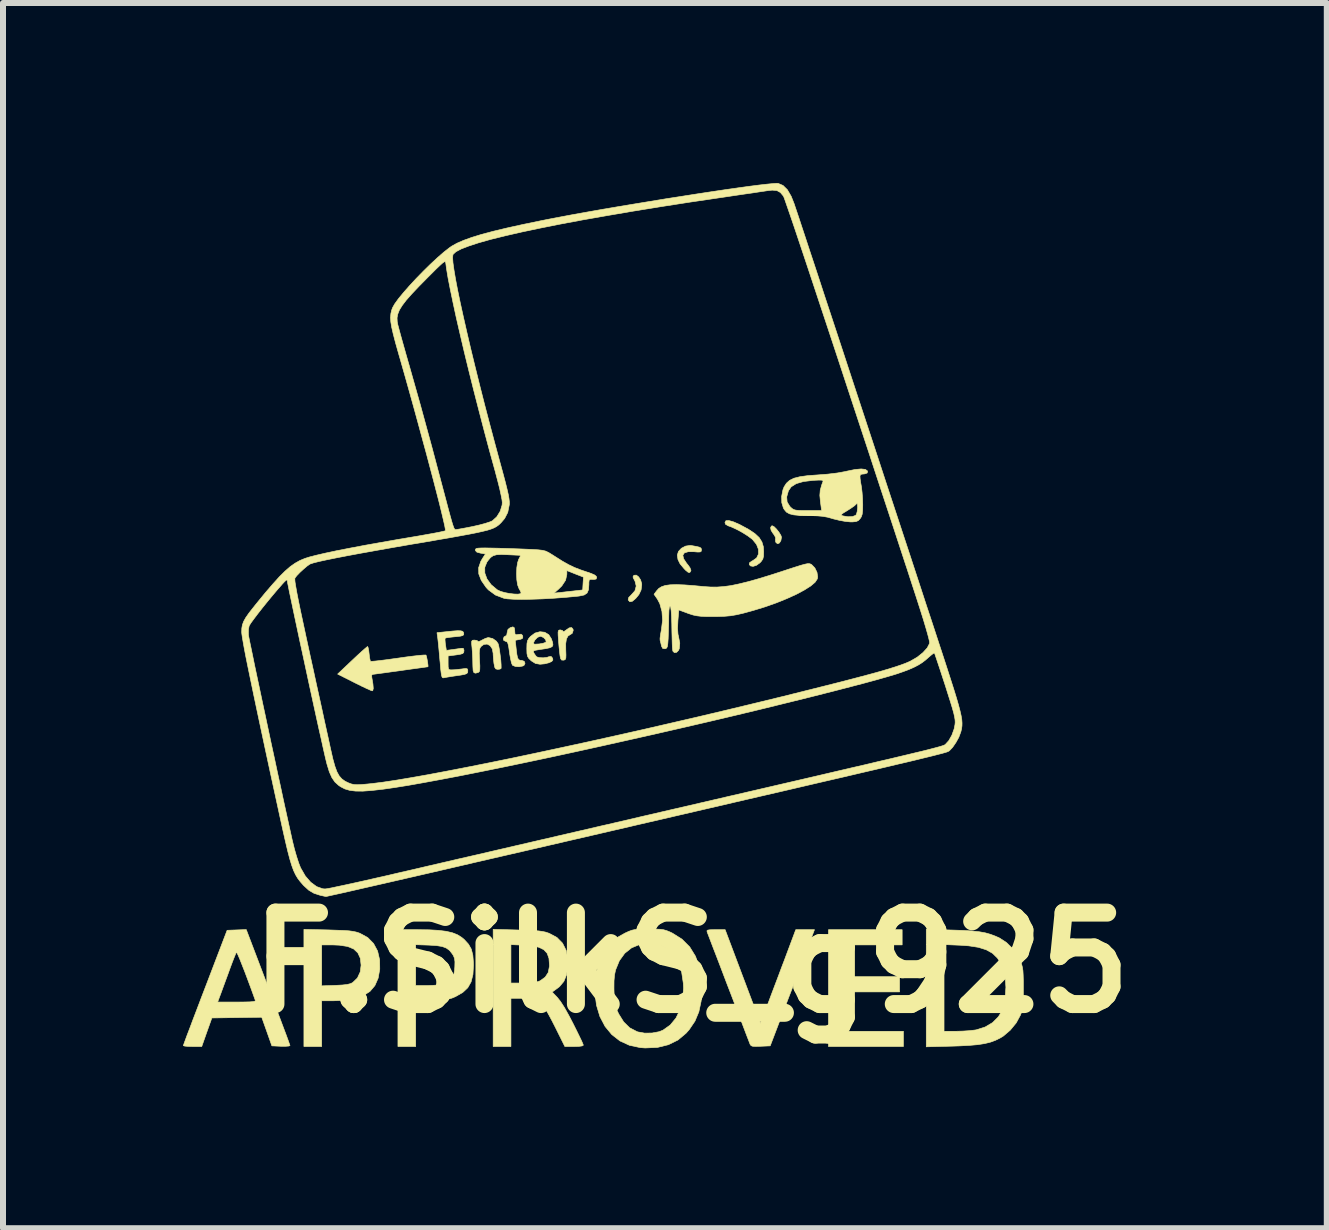
<source format=kicad_pcb>
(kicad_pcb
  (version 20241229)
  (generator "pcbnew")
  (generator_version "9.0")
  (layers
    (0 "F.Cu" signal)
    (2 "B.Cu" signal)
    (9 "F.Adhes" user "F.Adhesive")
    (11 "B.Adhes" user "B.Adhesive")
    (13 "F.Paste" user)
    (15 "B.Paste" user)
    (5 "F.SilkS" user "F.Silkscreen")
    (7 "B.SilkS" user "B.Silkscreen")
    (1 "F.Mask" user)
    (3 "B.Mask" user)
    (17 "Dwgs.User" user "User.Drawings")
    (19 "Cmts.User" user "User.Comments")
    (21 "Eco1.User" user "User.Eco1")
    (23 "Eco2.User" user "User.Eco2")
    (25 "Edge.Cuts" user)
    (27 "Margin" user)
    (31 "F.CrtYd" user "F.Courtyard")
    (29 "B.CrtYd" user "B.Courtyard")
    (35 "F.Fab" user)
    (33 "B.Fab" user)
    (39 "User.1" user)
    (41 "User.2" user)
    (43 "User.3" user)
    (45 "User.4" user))
  (footprint "F.SilkS_g925"
    (layer "F.Cu")
    (at 8.471 12.994)
    (property "Reference" "F.SilkS_g925" (at 0 0 0) (layer "F.SilkS") (effects (font (size 1.524 1.524) (thickness 0.3))))
    (attr through_hole)
    (fp_poly (pts (xy 3.514 -0.296) (xy 2.582 -0.296) (xy 2.582 0.233) (xy 3.471 0.233) (xy 3.471 0.487) (xy 2.582 0.487) (xy 2.582 1.143) (xy 3.535 1.143) (xy 3.535 1.397) (xy 2.286 1.397) (xy 2.286 -0.55) (xy 3.514 -0.55) (xy 3.514 -0.296)) (stroke (width 0.01) (type solid)) (fill yes) (layer "F.SilkS"))
    (fp_poly (pts (xy 1.381 -7.265) (xy 1.421 -7.225) (xy 1.461 -7.174) (xy 1.492 -7.124) (xy 1.503 -7.092) (xy 1.493 -7.034) (xy 1.469 -6.995) (xy 1.44 -6.982) (xy 1.413 -7) (xy 1.405 -7.016) (xy 1.402 -7.055) (xy 1.406 -7.067) (xy 1.401 -7.094) (xy 1.375 -7.138) (xy 1.363 -7.153) (xy 1.33 -7.205) (xy 1.321 -7.25) (xy 1.336 -7.278) (xy 1.352 -7.281) (xy 1.381 -7.265)) (stroke (width 0.01) (type solid)) (fill yes) (layer "F.SilkS"))
    (fp_poly (pts (xy -0.878 -6.43) (xy -0.845 -6.38) (xy -0.827 -6.318) (xy -0.826 -6.295) (xy -0.837 -6.211) (xy -0.874 -6.134) (xy -0.927 -6.07) (xy -0.983 -6.023) (xy -1.024 -6.015) (xy -1.052 -6.045) (xy -1.052 -6.045) (xy -1.044 -6.085) (xy -1 -6.13) (xy -0.939 -6.199) (xy -0.918 -6.277) (xy -0.938 -6.358) (xy -0.945 -6.371) (xy -0.969 -6.417) (xy -0.969 -6.442) (xy -0.952 -6.457) (xy -0.916 -6.459) (xy -0.878 -6.43)) (stroke (width 0.01) (type solid)) (fill yes) (layer "F.SilkS"))
    (fp_poly (pts (xy 0.001 -6.952) (xy 0.085 -6.937) (xy 0.135 -6.925) (xy 0.16 -6.911) (xy 0.169 -6.893) (xy 0.169 -6.879) (xy 0.165 -6.856) (xy 0.147 -6.845) (xy 0.104 -6.844) (xy 0.048 -6.849) (xy -0.052 -6.849) (xy -0.115 -6.83) (xy -0.141 -6.791) (xy -0.128 -6.732) (xy -0.078 -6.656) (xy -0.059 -6.634) (xy -0.022 -6.582) (xy -0.006 -6.54) (xy -0.008 -6.53) (xy -0.025 -6.503) (xy -0.052 -6.506) (xy -0.093 -6.539) (xy -0.12 -6.567) (xy -0.187 -6.647) (xy -0.222 -6.718) (xy -0.233 -6.792) (xy -0.233 -6.793) (xy -0.214 -6.854) (xy -0.164 -6.907) (xy -0.095 -6.943) (xy -0.019 -6.954) (xy 0.001 -6.952)) (stroke (width 0.01) (type solid)) (fill yes) (layer "F.SilkS"))
    (fp_poly (pts (xy -1.971 -5.558) (xy -1.968 -5.537) (xy -1.985 -5.488) (xy -2.011 -5.472) (xy -2.054 -5.445) (xy -2.081 -5.396) (xy -2.093 -5.317) (xy -2.092 -5.21) (xy -2.089 -5.128) (xy -2.091 -5.079) (xy -2.1 -5.054) (xy -2.118 -5.044) (xy -2.13 -5.042) (xy -2.162 -5.044) (xy -2.179 -5.07) (xy -2.188 -5.116) (xy -2.195 -5.176) (xy -2.204 -5.262) (xy -2.212 -5.356) (xy -2.213 -5.371) (xy -2.219 -5.457) (xy -2.22 -5.508) (xy -2.214 -5.535) (xy -2.2 -5.544) (xy -2.182 -5.546) (xy -2.147 -5.536) (xy -2.138 -5.521) (xy -2.125 -5.516) (xy -2.094 -5.538) (xy -2.089 -5.542) (xy -2.035 -5.58) (xy -1.994 -5.585) (xy -1.971 -5.558)) (stroke (width 0.01) (type solid)) (fill yes) (layer "F.SilkS"))
    (fp_poly (pts (xy 0.703 -7.347) (xy 0.81 -7.3) (xy 0.813 -7.298) (xy 0.954 -7.222) (xy 1.058 -7.153) (xy 1.131 -7.085) (xy 1.177 -7.012) (xy 1.201 -6.931) (xy 1.206 -6.851) (xy 1.204 -6.776) (xy 1.192 -6.727) (xy 1.165 -6.687) (xy 1.145 -6.666) (xy 1.087 -6.623) (xy 1.03 -6.605) (xy 0.985 -6.613) (xy 0.966 -6.637) (xy 0.971 -6.666) (xy 1.013 -6.695) (xy 1.026 -6.701) (xy 1.089 -6.746) (xy 1.12 -6.811) (xy 1.119 -6.889) (xy 1.087 -6.971) (xy 1.023 -7.05) (xy 1.016 -7.057) (xy 0.946 -7.11) (xy 0.853 -7.169) (xy 0.753 -7.223) (xy 0.661 -7.265) (xy 0.614 -7.281) (xy 0.57 -7.307) (xy 0.561 -7.336) (xy 0.577 -7.366) (xy 0.625 -7.369) (xy 0.703 -7.347)) (stroke (width 0.01) (type solid)) (fill yes) (layer "F.SilkS"))
    (fp_poly (pts (xy -6.048 -0.546) (xy -5.901 -0.541) (xy -5.789 -0.537) (xy -5.704 -0.531) (xy -5.639 -0.522) (xy -5.586 -0.511) (xy -5.539 -0.496) (xy -5.521 -0.489) (xy -5.393 -0.419) (xy -5.295 -0.319) (xy -5.228 -0.194) (xy -5.194 -0.046) (xy -5.192 0.108) (xy -5.219 0.258) (xy -5.273 0.381) (xy -5.355 0.478) (xy -5.468 0.55) (xy -5.613 0.6) (xy -5.793 0.628) (xy -5.973 0.635) (xy -6.16 0.635) (xy -6.16 1.397) (xy -6.456 1.397) (xy -6.456 0.386) (xy -6.16 0.386) (xy -5.931 0.378) (xy -5.816 0.372) (xy -5.735 0.363) (xy -5.679 0.349) (xy -5.644 0.332) (xy -5.564 0.255) (xy -5.517 0.153) (xy -5.503 0.042) (xy -5.516 -0.074) (xy -5.557 -0.163) (xy -5.627 -0.229) (xy -5.73 -0.271) (xy -5.867 -0.292) (xy -5.964 -0.296) (xy -6.16 -0.296) (xy -6.16 0.386) (xy -6.456 0.386) (xy -6.456 -0.555) (xy -6.048 -0.546)) (stroke (width 0.01) (type solid)) (fill yes) (layer "F.SilkS"))
    (fp_poly (pts (xy -2.949 -5.581) (xy -2.942 -5.53) (xy -2.942 -5.519) (xy -2.938 -5.477) (xy -2.917 -5.465) (xy -2.881 -5.471) (xy -2.836 -5.475) (xy -2.814 -5.456) (xy -2.809 -5.441) (xy -2.809 -5.41) (xy -2.838 -5.392) (xy -2.866 -5.386) (xy -2.934 -5.373) (xy -2.918 -5.227) (xy -2.907 -5.137) (xy -2.895 -5.081) (xy -2.878 -5.051) (xy -2.852 -5.039) (xy -2.825 -5.038) (xy -2.785 -5.023) (xy -2.771 -4.99) (xy -2.787 -4.956) (xy -2.806 -4.945) (xy -2.869 -4.932) (xy -2.932 -4.937) (xy -2.978 -4.956) (xy -2.982 -4.961) (xy -2.996 -4.994) (xy -3.011 -5.058) (xy -3.026 -5.141) (xy -3.03 -5.173) (xy -3.043 -5.262) (xy -3.055 -5.317) (xy -3.069 -5.345) (xy -3.087 -5.355) (xy -3.093 -5.355) (xy -3.126 -5.371) (xy -3.133 -5.397) (xy -3.119 -5.432) (xy -3.101 -5.44) (xy -3.076 -5.459) (xy -3.069 -5.5) (xy -3.055 -5.555) (xy -3.018 -5.583) (xy -2.973 -5.597) (xy -2.949 -5.581)) (stroke (width 0.01) (type solid)) (fill yes) (layer "F.SilkS"))
    (fp_poly (pts (xy 0.858 0.231) (xy 1.152 1.011) (xy 1.25 0.754) (xy 1.286 0.661) (xy 1.332 0.537) (xy 1.387 0.392) (xy 1.447 0.234) (xy 1.507 0.073) (xy 1.545 -0.026) (xy 1.741 -0.55) (xy 2.053 -0.55) (xy 2.007 -0.429) (xy 1.99 -0.383) (xy 1.959 -0.302) (xy 1.917 -0.192) (xy 1.866 -0.057) (xy 1.807 0.099) (xy 1.742 0.269) (xy 1.673 0.45) (xy 1.638 0.54) (xy 1.315 1.386) (xy 1.155 1.393) (xy 1.073 1.395) (xy 1.024 1.393) (xy 0.997 1.383) (xy 0.981 1.362) (xy 0.973 1.342) (xy 0.954 1.292) (xy 0.923 1.212) (xy 0.882 1.104) (xy 0.833 0.975) (xy 0.777 0.829) (xy 0.717 0.671) (xy 0.654 0.506) (xy 0.589 0.338) (xy 0.526 0.172) (xy 0.466 0.014) (xy 0.41 -0.132) (xy 0.36 -0.261) (xy 0.319 -0.369) (xy 0.288 -0.45) (xy 0.269 -0.5) (xy 0.264 -0.513) (xy 0.261 -0.532) (xy 0.274 -0.543) (xy 0.313 -0.549) (xy 0.384 -0.55) (xy 0.407 -0.55) (xy 0.564 -0.55) (xy 0.858 0.231)) (stroke (width 0.01) (type solid)) (fill yes) (layer "F.SilkS"))
    (fp_poly (pts (xy -5.386 -5.251) (xy -5.376 -5.202) (xy -5.37 -5.152) (xy -5.362 -5.085) (xy -5.352 -5.037) (xy -5.347 -5.022) (xy -5.324 -5.022) (xy -5.265 -5.027) (xy -5.177 -5.037) (xy -5.065 -5.051) (xy -4.937 -5.069) (xy -4.885 -5.076) (xy -4.752 -5.095) (xy -4.633 -5.11) (xy -4.535 -5.121) (xy -4.464 -5.127) (xy -4.426 -5.128) (xy -4.421 -5.126) (xy -4.413 -5.102) (xy -4.403 -5.055) (xy -4.394 -5.001) (xy -4.388 -4.955) (xy -4.388 -4.932) (xy -4.389 -4.932) (xy -4.41 -4.929) (xy -4.467 -4.921) (xy -4.553 -4.909) (xy -4.663 -4.894) (xy -4.791 -4.876) (xy -4.845 -4.868) (xy -4.979 -4.85) (xy -5.099 -4.833) (xy -5.198 -4.82) (xy -5.271 -4.81) (xy -5.311 -4.805) (xy -5.316 -4.805) (xy -5.327 -4.787) (xy -5.325 -4.757) (xy -5.306 -4.645) (xy -5.3 -4.57) (xy -5.309 -4.534) (xy -5.318 -4.531) (xy -5.345 -4.54) (xy -5.403 -4.566) (xy -5.484 -4.604) (xy -5.579 -4.651) (xy -5.619 -4.671) (xy -5.894 -4.81) (xy -5.651 -5.04) (xy -5.568 -5.118) (xy -5.495 -5.185) (xy -5.438 -5.235) (xy -5.403 -5.264) (xy -5.395 -5.27) (xy -5.386 -5.251)) (stroke (width 0.01) (type solid)) (fill yes) (layer "F.SilkS"))
    (fp_poly (pts (xy -4.567 -0.55) (xy -4.372 -0.548) (xy -4.213 -0.539) (xy -4.085 -0.523) (xy -3.982 -0.499) (xy -3.898 -0.466) (xy -3.826 -0.421) (xy -3.782 -0.384) (xy -3.713 -0.308) (xy -3.667 -0.227) (xy -3.641 -0.128) (xy -3.631 -0.003) (xy -3.63 0.042) (xy -3.639 0.197) (xy -3.67 0.32) (xy -3.725 0.417) (xy -3.809 0.496) (xy -3.926 0.563) (xy -3.934 0.567) (xy -3.989 0.59) (xy -4.046 0.606) (xy -4.115 0.617) (xy -4.206 0.624) (xy -4.32 0.63) (xy -4.593 0.641) (xy -4.593 1.397) (xy -4.889 1.397) (xy -4.889 0.381) (xy -4.593 0.381) (xy -4.408 0.381) (xy -4.313 0.378) (xy -4.225 0.372) (xy -4.16 0.363) (xy -4.147 0.36) (xy -4.082 0.33) (xy -4.02 0.284) (xy -4.011 0.275) (xy -3.976 0.233) (xy -3.956 0.188) (xy -3.945 0.125) (xy -3.941 0.068) (xy -3.939 -0.015) (xy -3.946 -0.071) (xy -3.964 -0.117) (xy -3.984 -0.148) (xy -4.029 -0.205) (xy -4.083 -0.244) (xy -4.152 -0.27) (xy -4.246 -0.285) (xy -4.374 -0.293) (xy -4.376 -0.293) (xy -4.593 -0.3) (xy -4.593 0.381) (xy -4.889 0.381) (xy -4.889 -0.55) (xy -4.567 -0.55)) (stroke (width 0.01) (type solid)) (fill yes) (layer "F.SilkS"))
    (fp_poly (pts (xy -3.31 -5.402) (xy -3.248 -5.358) (xy -3.219 -5.315) (xy -3.208 -5.272) (xy -3.196 -5.205) (xy -3.185 -5.124) (xy -3.175 -5.042) (xy -3.17 -4.969) (xy -3.169 -4.918) (xy -3.172 -4.9) (xy -3.199 -4.891) (xy -3.229 -4.889) (xy -3.258 -4.896) (xy -3.276 -4.923) (xy -3.287 -4.98) (xy -3.289 -4.988) (xy -3.297 -5.064) (xy -3.302 -5.135) (xy -3.302 -5.152) (xy -3.316 -5.229) (xy -3.352 -5.283) (xy -3.402 -5.31) (xy -3.458 -5.304) (xy -3.503 -5.271) (xy -3.521 -5.245) (xy -3.531 -5.21) (xy -3.534 -5.157) (xy -3.531 -5.075) (xy -3.529 -5.04) (xy -3.524 -4.947) (xy -3.525 -4.888) (xy -3.531 -4.855) (xy -3.545 -4.84) (xy -3.549 -4.838) (xy -3.594 -4.825) (xy -3.622 -4.833) (xy -3.636 -4.868) (xy -3.64 -4.937) (xy -3.641 -4.971) (xy -3.643 -5.072) (xy -3.649 -5.18) (xy -3.654 -5.246) (xy -3.661 -5.317) (xy -3.66 -5.356) (xy -3.648 -5.373) (xy -3.623 -5.376) (xy -3.612 -5.376) (xy -3.571 -5.37) (xy -3.556 -5.355) (xy -3.54 -5.352) (xy -3.502 -5.368) (xy -3.487 -5.377) (xy -3.433 -5.404) (xy -3.388 -5.418) (xy -3.382 -5.419) (xy -3.31 -5.402)) (stroke (width 0.01) (type solid)) (fill yes) (layer "F.SilkS"))
    (fp_poly (pts (xy -2.443 -5.507) (xy -2.376 -5.467) (xy -2.332 -5.398) (xy -2.331 -5.395) (xy -2.311 -5.336) (xy -2.306 -5.295) (xy -2.319 -5.268) (xy -2.356 -5.249) (xy -2.424 -5.234) (xy -2.528 -5.219) (xy -2.545 -5.216) (xy -2.604 -5.206) (xy -2.63 -5.195) (xy -2.629 -5.175) (xy -2.621 -5.157) (xy -2.593 -5.115) (xy -2.574 -5.096) (xy -2.531 -5.084) (xy -2.468 -5.081) (xy -2.406 -5.088) (xy -2.371 -5.1) (xy -2.336 -5.104) (xy -2.312 -5.075) (xy -2.307 -5.045) (xy -2.326 -5.02) (xy -2.376 -4.998) (xy -2.444 -4.981) (xy -2.518 -4.974) (xy -2.522 -4.974) (xy -2.597 -4.987) (xy -2.664 -5.029) (xy -2.672 -5.036) (xy -2.71 -5.073) (xy -2.73 -5.108) (xy -2.739 -5.155) (xy -2.741 -5.23) (xy -2.741 -5.236) (xy -2.739 -5.314) (xy -2.739 -5.315) (xy -2.63 -5.315) (xy -2.607 -5.308) (xy -2.553 -5.311) (xy -2.534 -5.312) (xy -2.471 -5.323) (xy -2.429 -5.338) (xy -2.419 -5.347) (xy -2.427 -5.382) (xy -2.46 -5.417) (xy -2.503 -5.438) (xy -2.517 -5.44) (xy -2.563 -5.422) (xy -2.607 -5.377) (xy -2.629 -5.334) (xy -2.63 -5.315) (xy -2.739 -5.315) (xy -2.73 -5.365) (xy -2.708 -5.405) (xy -2.679 -5.438) (xy -2.604 -5.494) (xy -2.522 -5.516) (xy -2.443 -5.507)) (stroke (width 0.01) (type solid)) (fill yes) (layer "F.SilkS"))
    (fp_poly (pts (xy 4.344 -0.544) (xy 4.527 -0.538) (xy 4.675 -0.529) (xy 4.796 -0.516) (xy 4.897 -0.498) (xy 4.986 -0.473) (xy 5.071 -0.441) (xy 5.137 -0.411) (xy 5.251 -0.337) (xy 5.357 -0.233) (xy 5.444 -0.111) (xy 5.486 -0.025) (xy 5.505 0.026) (xy 5.518 0.076) (xy 5.527 0.134) (xy 5.531 0.208) (xy 5.534 0.308) (xy 5.534 0.423) (xy 5.534 0.553) (xy 5.531 0.649) (xy 5.526 0.721) (xy 5.517 0.777) (xy 5.503 0.827) (xy 5.486 0.872) (xy 5.415 1.003) (xy 5.316 1.124) (xy 5.2 1.223) (xy 5.149 1.254) (xy 5.068 1.294) (xy 4.983 1.325) (xy 4.888 1.348) (xy 4.774 1.366) (xy 4.636 1.378) (xy 4.467 1.387) (xy 4.344 1.391) (xy 3.916 1.402) (xy 3.916 1.143) (xy 4.212 1.143) (xy 4.42 1.143) (xy 4.527 1.14) (xy 4.634 1.133) (xy 4.722 1.123) (xy 4.749 1.119) (xy 4.897 1.072) (xy 5.022 0.998) (xy 5.118 0.901) (xy 5.146 0.856) (xy 5.2 0.726) (xy 5.232 0.573) (xy 5.243 0.409) (xy 5.232 0.248) (xy 5.198 0.102) (xy 5.167 0.025) (xy 5.102 -0.077) (xy 5.02 -0.157) (xy 4.916 -0.215) (xy 4.786 -0.256) (xy 4.623 -0.281) (xy 4.482 -0.291) (xy 4.212 -0.302) (xy 4.212 1.143) (xy 3.916 1.143) (xy 3.916 -0.556) (xy 4.344 -0.544)) (stroke (width 0.01) (type solid)) (fill yes) (layer "F.SilkS"))
    (fp_poly (pts (xy -7.052 0.407) (xy -6.98 0.598) (xy -6.912 0.777) (xy -6.851 0.94) (xy -6.797 1.084) (xy -6.752 1.203) (xy -6.718 1.296) (xy -6.697 1.356) (xy -6.688 1.382) (xy -6.688 1.382) (xy -6.708 1.389) (xy -6.759 1.393) (xy -6.831 1.393) (xy -6.839 1.393) (xy -6.99 1.386) (xy -7.074 1.148) (xy -7.159 0.909) (xy -7.575 0.915) (xy -7.99 0.921) (xy -8.075 1.159) (xy -8.159 1.397) (xy -8.313 1.397) (xy -8.387 1.395) (xy -8.442 1.39) (xy -8.465 1.382) (xy -8.466 1.381) (xy -8.458 1.359) (xy -8.437 1.301) (xy -8.404 1.211) (xy -8.359 1.094) (xy -8.306 0.952) (xy -8.244 0.79) (xy -8.193 0.656) (xy -7.894 0.656) (xy -7.575 0.656) (xy -7.447 0.655) (xy -7.357 0.653) (xy -7.3 0.648) (xy -7.271 0.64) (xy -7.265 0.63) (xy -7.327 0.458) (xy -7.386 0.299) (xy -7.44 0.155) (xy -7.488 0.033) (xy -7.527 -0.065) (xy -7.557 -0.134) (xy -7.576 -0.17) (xy -7.58 -0.174) (xy -7.593 -0.149) (xy -7.616 -0.093) (xy -7.647 -0.014) (xy -7.68 0.074) (xy -7.722 0.19) (xy -7.767 0.312) (xy -7.808 0.424) (xy -7.829 0.482) (xy -7.894 0.656) (xy -8.193 0.656) (xy -8.177 0.613) (xy -8.104 0.423) (xy -8.1 0.413) (xy -7.736 -0.54) (xy -7.576 -0.546) (xy -7.417 -0.552) (xy -7.052 0.407)) (stroke (width 0.01) (type solid)) (fill yes) (layer "F.SilkS"))
    (fp_poly (pts (xy -2.895 -0.545) (xy -2.747 -0.541) (xy -2.634 -0.536) (xy -2.549 -0.53) (xy -2.484 -0.521) (xy -2.43 -0.51) (xy -2.382 -0.494) (xy -2.366 -0.488) (xy -2.239 -0.42) (xy -2.146 -0.325) (xy -2.085 -0.204) (xy -2.057 -0.056) (xy -2.057 0.057) (xy -2.078 0.2) (xy -2.124 0.312) (xy -2.197 0.399) (xy -2.233 0.427) (xy -2.319 0.489) (xy -2.231 0.581) (xy -2.179 0.647) (xy -2.113 0.75) (xy -2.037 0.886) (xy -1.971 1.013) (xy -1.916 1.123) (xy -1.868 1.221) (xy -1.83 1.3) (xy -1.807 1.353) (xy -1.799 1.375) (xy -1.819 1.387) (xy -1.876 1.395) (xy -1.953 1.397) (xy -2.107 1.397) (xy -2.265 1.079) (xy -2.321 0.969) (xy -2.375 0.868) (xy -2.422 0.785) (xy -2.458 0.727) (xy -2.474 0.707) (xy -2.542 0.65) (xy -2.626 0.614) (xy -2.736 0.596) (xy -2.836 0.593) (xy -3.006 0.593) (xy -3.006 1.397) (xy -3.302 1.397) (xy -3.302 0.339) (xy -3.006 0.339) (xy -2.799 0.339) (xy -2.685 0.336) (xy -2.603 0.328) (xy -2.544 0.312) (xy -2.52 0.302) (xy -2.435 0.241) (xy -2.384 0.163) (xy -2.364 0.059) (xy -2.364 0.039) (xy -2.372 -0.072) (xy -2.402 -0.156) (xy -2.458 -0.217) (xy -2.544 -0.258) (xy -2.663 -0.283) (xy -2.789 -0.292) (xy -3.006 -0.301) (xy -3.006 0.339) (xy -3.302 0.339) (xy -3.302 -0.556) (xy -2.895 -0.545)) (stroke (width 0.01) (type solid)) (fill yes) (layer "F.SilkS"))
    (fp_poly (pts (xy -3.842 -5.531) (xy -3.811 -5.523) (xy -3.797 -5.506) (xy -3.793 -5.491) (xy -3.793 -5.467) (xy -3.809 -5.452) (xy -3.847 -5.442) (xy -3.917 -5.434) (xy -3.94 -5.432) (xy -4.016 -5.424) (xy -4.074 -5.416) (xy -4.102 -5.409) (xy -4.102 -5.409) (xy -4.105 -5.384) (xy -4.101 -5.333) (xy -4.097 -5.302) (xy -4.082 -5.205) (xy -3.983 -5.218) (xy -3.912 -5.228) (xy -3.852 -5.237) (xy -3.836 -5.24) (xy -3.801 -5.24) (xy -3.789 -5.211) (xy -3.789 -5.199) (xy -3.793 -5.17) (xy -3.81 -5.152) (xy -3.851 -5.14) (xy -3.921 -5.129) (xy -4.053 -5.112) (xy -4.053 -4.995) (xy -4.052 -4.929) (xy -4.045 -4.894) (xy -4.027 -4.881) (xy -3.991 -4.88) (xy -3.99 -4.88) (xy -3.929 -4.883) (xy -3.853 -4.892) (xy -3.826 -4.895) (xy -3.765 -4.903) (xy -3.736 -4.899) (xy -3.726 -4.88) (xy -3.725 -4.86) (xy -3.728 -4.835) (xy -3.743 -4.818) (xy -3.778 -4.805) (xy -3.842 -4.793) (xy -3.9 -4.785) (xy -3.987 -4.772) (xy -4.062 -4.76) (xy -4.112 -4.751) (xy -4.119 -4.749) (xy -4.137 -4.747) (xy -4.15 -4.754) (xy -4.16 -4.778) (xy -4.168 -4.823) (xy -4.177 -4.897) (xy -4.186 -5.006) (xy -4.189 -5.031) (xy -4.199 -5.146) (xy -4.209 -5.254) (xy -4.218 -5.344) (xy -4.225 -5.405) (xy -4.226 -5.411) (xy -4.238 -5.5) (xy -4.093 -5.515) (xy -3.976 -5.527) (xy -3.894 -5.533) (xy -3.842 -5.531)) (stroke (width 0.01) (type solid)) (fill yes) (layer "F.SilkS"))
    (fp_poly (pts (xy -0.6 -0.56) (xy -0.521 -0.557) (xy -0.462 -0.549) (xy -0.412 -0.535) (xy -0.358 -0.513) (xy -0.314 -0.492) (xy -0.155 -0.392) (xy -0.027 -0.264) (xy 0.07 -0.107) (xy 0.136 0.079) (xy 0.171 0.292) (xy 0.176 0.434) (xy 0.164 0.64) (xy 0.126 0.818) (xy 0.061 0.974) (xy -0.035 1.116) (xy -0.088 1.176) (xy -0.223 1.289) (xy -0.382 1.367) (xy -0.564 1.412) (xy -0.768 1.421) (xy -0.851 1.415) (xy -1.03 1.377) (xy -1.189 1.304) (xy -1.325 1.198) (xy -1.437 1.062) (xy -1.523 0.898) (xy -1.58 0.709) (xy -1.607 0.499) (xy -1.608 0.43) (xy -1.608 0.425) (xy -1.289 0.425) (xy -1.288 0.474) (xy -1.284 0.582) (xy -1.277 0.66) (xy -1.265 0.721) (xy -1.245 0.778) (xy -1.215 0.843) (xy -1.211 0.852) (xy -1.127 0.987) (xy -1.027 1.085) (xy -0.906 1.148) (xy -0.889 1.154) (xy -0.778 1.174) (xy -0.653 1.172) (xy -0.535 1.15) (xy -0.471 1.124) (xy -0.351 1.039) (xy -0.255 0.922) (xy -0.185 0.778) (xy -0.143 0.609) (xy -0.129 0.421) (xy -0.133 0.343) (xy -0.161 0.156) (xy -0.216 -0.003) (xy -0.297 -0.132) (xy -0.402 -0.229) (xy -0.529 -0.293) (xy -0.676 -0.32) (xy -0.71 -0.321) (xy -0.862 -0.303) (xy -0.996 -0.247) (xy -1.109 -0.157) (xy -1.199 -0.033) (xy -1.262 0.121) (xy -1.279 0.202) (xy -1.288 0.3) (xy -1.289 0.425) (xy -1.608 0.425) (xy -1.592 0.205) (xy -1.544 0.006) (xy -1.465 -0.168) (xy -1.354 -0.315) (xy -1.214 -0.432) (xy -1.105 -0.493) (xy -1.042 -0.522) (xy -0.99 -0.541) (xy -0.936 -0.553) (xy -0.871 -0.559) (xy -0.781 -0.561) (xy -0.709 -0.561) (xy -0.6 -0.56)) (stroke (width 0.01) (type solid)) (fill yes) (layer "F.SilkS"))
    (fp_poly (pts (xy 1.99 -6.643) (xy 2.006 -6.634) (xy 2.059 -6.579) (xy 2.095 -6.505) (xy 2.106 -6.429) (xy 2.1 -6.396) (xy 2.063 -6.34) (xy 1.99 -6.278) (xy 1.884 -6.211) (xy 1.751 -6.14) (xy 1.595 -6.069) (xy 1.42 -5.998) (xy 1.231 -5.931) (xy 1.032 -5.87) (xy 0.868 -5.825) (xy 0.755 -5.799) (xy 0.656 -5.782) (xy 0.552 -5.773) (xy 0.429 -5.769) (xy 0.37 -5.769) (xy 0.251 -5.769) (xy 0.163 -5.773) (xy 0.093 -5.781) (xy 0.032 -5.794) (xy -0.034 -5.815) (xy -0.057 -5.823) (xy -0.208 -5.879) (xy -0.223 -5.7) (xy -0.229 -5.572) (xy -0.222 -5.475) (xy -0.214 -5.44) (xy -0.192 -5.327) (xy -0.2 -5.236) (xy -0.212 -5.206) (xy -0.244 -5.173) (xy -0.281 -5.167) (xy -0.306 -5.19) (xy -0.306 -5.191) (xy -0.31 -5.207) (xy -0.313 -5.229) (xy -0.316 -5.265) (xy -0.318 -5.32) (xy -0.32 -5.399) (xy -0.323 -5.51) (xy -0.325 -5.639) (xy -0.329 -5.767) (xy -0.335 -5.862) (xy -0.343 -5.922) (xy -0.353 -5.942) (xy -0.365 -5.926) (xy -0.373 -5.869) (xy -0.376 -5.773) (xy -0.376 -5.763) (xy -0.377 -5.65) (xy -0.381 -5.525) (xy -0.385 -5.415) (xy -0.385 -5.408) (xy -0.391 -5.323) (xy -0.398 -5.272) (xy -0.41 -5.245) (xy -0.429 -5.234) (xy -0.44 -5.232) (xy -0.476 -5.237) (xy -0.496 -5.274) (xy -0.498 -5.285) (xy -0.511 -5.339) (xy -0.52 -5.373) (xy -0.521 -5.406) (xy -0.513 -5.468) (xy -0.499 -5.545) (xy -0.498 -5.551) (xy -0.479 -5.707) (xy -0.489 -5.854) (xy -0.525 -5.984) (xy -0.565 -6.06) (xy -0.621 -6.14) (xy -0.578 -6.197) (xy -0.542 -6.237) (xy -0.495 -6.266) (xy -0.433 -6.287) (xy -0.352 -6.298) (xy -0.246 -6.301) (xy -0.112 -6.296) (xy 0.056 -6.283) (xy 0.212 -6.268) (xy 0.319 -6.261) (xy 0.426 -6.26) (xy 0.538 -6.268) (xy 0.658 -6.284) (xy 0.793 -6.312) (xy 0.948 -6.35) (xy 1.126 -6.4) (xy 1.334 -6.464) (xy 1.575 -6.542) (xy 1.607 -6.553) (xy 1.734 -6.594) (xy 1.827 -6.623) (xy 1.892 -6.641) (xy 1.937 -6.65) (xy 1.968 -6.65) (xy 1.99 -6.643)) (stroke (width 0.01) (type solid)) (fill yes) (layer "F.SilkS"))
    (fp_poly (pts (xy 2.901 -8.221) (xy 2.935 -8.196) (xy 2.938 -8.188) (xy 2.931 -8.161) (xy 2.892 -8.147) (xy 2.875 -8.145) (xy 2.841 -8.142) (xy 2.82 -8.133) (xy 2.811 -8.111) (xy 2.813 -8.069) (xy 2.823 -7.999) (xy 2.836 -7.927) (xy 2.846 -7.84) (xy 2.854 -7.734) (xy 2.857 -7.631) (xy 2.857 -7.628) (xy 2.855 -7.536) (xy 2.848 -7.474) (xy 2.833 -7.43) (xy 2.814 -7.401) (xy 2.783 -7.368) (xy 2.746 -7.352) (xy 2.689 -7.346) (xy 2.65 -7.346) (xy 2.569 -7.354) (xy 2.469 -7.372) (xy 2.37 -7.396) (xy 2.361 -7.399) (xy 2.273 -7.424) (xy 2.19 -7.439) (xy 2.098 -7.447) (xy 1.983 -7.451) (xy 1.942 -7.451) (xy 1.807 -7.453) (xy 1.762 -7.458) (xy 2.501 -7.458) (xy 2.521 -7.448) (xy 2.523 -7.447) (xy 2.611 -7.432) (xy 2.686 -7.435) (xy 2.738 -7.455) (xy 2.751 -7.47) (xy 2.765 -7.519) (xy 2.772 -7.583) (xy 2.772 -7.592) (xy 2.77 -7.642) (xy 2.761 -7.655) (xy 2.746 -7.64) (xy 2.715 -7.612) (xy 2.659 -7.573) (xy 2.598 -7.534) (xy 2.534 -7.495) (xy 2.504 -7.472) (xy 2.501 -7.458) (xy 1.762 -7.458) (xy 1.708 -7.463) (xy 1.636 -7.481) (xy 1.585 -7.51) (xy 1.549 -7.553) (xy 1.535 -7.577) (xy 1.508 -7.666) (xy 1.506 -7.763) (xy 1.59 -7.763) (xy 1.597 -7.678) (xy 1.641 -7.606) (xy 1.649 -7.597) (xy 1.678 -7.57) (xy 1.706 -7.552) (xy 1.742 -7.542) (xy 1.795 -7.537) (xy 1.876 -7.535) (xy 1.942 -7.535) (xy 2.172 -7.535) (xy 2.152 -7.684) (xy 2.142 -7.788) (xy 2.149 -7.875) (xy 2.174 -7.964) (xy 2.195 -8.02) (xy 2.194 -8.034) (xy 2.173 -8.042) (xy 2.124 -8.043) (xy 2.041 -8.039) (xy 2.028 -8.038) (xy 1.869 -8.019) (xy 1.749 -7.984) (xy 1.665 -7.931) (xy 1.619 -7.865) (xy 1.59 -7.763) (xy 1.506 -7.763) (xy 1.506 -7.773) (xy 1.527 -7.88) (xy 1.546 -7.929) (xy 1.585 -7.99) (xy 1.638 -8.038) (xy 1.711 -8.074) (xy 1.81 -8.099) (xy 1.94 -8.117) (xy 2.106 -8.129) (xy 2.274 -8.142) (xy 2.432 -8.161) (xy 2.565 -8.185) (xy 2.589 -8.191) (xy 2.726 -8.219) (xy 2.83 -8.229) (xy 2.901 -8.221)) (stroke (width 0.01) (type solid)) (fill yes) (layer "F.SilkS"))
    (fp_poly (pts (xy -3.33 -6.91) (xy -3.233 -6.908) (xy -3.092 -6.904) (xy -2.947 -6.899) (xy -2.81 -6.894) (xy -2.695 -6.889) (xy -2.651 -6.887) (xy -2.552 -6.881) (xy -2.482 -6.873) (xy -2.429 -6.86) (xy -2.378 -6.836) (xy -2.316 -6.798) (xy -2.275 -6.772) (xy -2.152 -6.694) (xy -2.048 -6.635) (xy -1.951 -6.588) (xy -1.845 -6.547) (xy -1.757 -6.517) (xy -1.666 -6.486) (xy -1.61 -6.461) (xy -1.583 -6.438) (xy -1.577 -6.42) (xy -1.586 -6.394) (xy -1.621 -6.387) (xy -1.642 -6.388) (xy -1.683 -6.389) (xy -1.702 -6.376) (xy -1.707 -6.337) (xy -1.707 -6.303) (xy -1.713 -6.216) (xy -1.737 -6.161) (xy -1.785 -6.128) (xy -1.865 -6.111) (xy -1.889 -6.108) (xy -2.09 -6.089) (xy -2.291 -6.074) (xy -2.484 -6.063) (xy -2.665 -6.057) (xy -2.826 -6.055) (xy -2.962 -6.057) (xy -3.067 -6.064) (xy -3.122 -6.073) (xy -3.264 -6.127) (xy -3.381 -6.213) (xy -3.419 -6.254) (xy -3.5 -6.371) (xy -3.542 -6.48) (xy -3.544 -6.584) (xy -3.542 -6.589) (xy -3.442 -6.589) (xy -3.441 -6.493) (xy -3.405 -6.395) (xy -3.336 -6.3) (xy -3.236 -6.216) (xy -3.228 -6.211) (xy -3.178 -6.188) (xy -3.108 -6.168) (xy -3.03 -6.153) (xy -2.953 -6.144) (xy -2.889 -6.142) (xy -2.847 -6.149) (xy -2.838 -6.159) (xy -2.288 -6.159) (xy -2.165 -6.172) (xy -2.07 -6.183) (xy -1.969 -6.194) (xy -1.926 -6.199) (xy -1.81 -6.212) (xy -1.804 -6.319) (xy -1.797 -6.426) (xy -1.936 -6.48) (xy -2.074 -6.535) (xy -2.074 -6.473) (xy -2.095 -6.375) (xy -2.158 -6.279) (xy -2.212 -6.226) (xy -2.288 -6.159) (xy -2.838 -6.159) (xy -2.836 -6.16) (xy -2.847 -6.192) (xy -2.873 -6.238) (xy -2.873 -6.239) (xy -2.895 -6.297) (xy -2.908 -6.382) (xy -2.912 -6.482) (xy -2.908 -6.583) (xy -2.894 -6.67) (xy -2.876 -6.723) (xy -2.842 -6.789) (xy -3.056 -6.799) (xy -3.167 -6.803) (xy -3.245 -6.799) (xy -3.302 -6.783) (xy -3.345 -6.753) (xy -3.386 -6.704) (xy -3.406 -6.677) (xy -3.442 -6.589) (xy -3.542 -6.589) (xy -3.508 -6.688) (xy -3.481 -6.735) (xy -3.431 -6.812) (xy -3.515 -6.826) (xy -3.573 -6.842) (xy -3.597 -6.867) (xy -3.598 -6.879) (xy -3.596 -6.892) (xy -3.584 -6.902) (xy -3.557 -6.908) (xy -3.51 -6.911) (xy -3.436 -6.912) (xy -3.33 -6.91)) (stroke (width 0.01) (type solid)) (fill yes) (layer "F.SilkS"))
    (fp_poly (pts (xy 1.449 -12.987) (xy 1.529 -12.953) (xy 1.601 -12.882) (xy 1.665 -12.772) (xy 1.715 -12.646) (xy 1.729 -12.603) (xy 1.756 -12.523) (xy 1.795 -12.407) (xy 1.844 -12.258) (xy 1.903 -12.08) (xy 1.971 -11.873) (xy 2.048 -11.641) (xy 2.132 -11.386) (xy 2.222 -11.11) (xy 2.319 -10.817) (xy 2.421 -10.508) (xy 2.527 -10.186) (xy 2.636 -9.854) (xy 2.748 -9.513) (xy 2.862 -9.167) (xy 2.977 -8.818) (xy 3.092 -8.469) (xy 3.206 -8.121) (xy 3.319 -7.777) (xy 3.43 -7.441) (xy 3.538 -7.113) (xy 3.642 -6.798) (xy 3.741 -6.496) (xy 3.834 -6.212) (xy 3.921 -5.946) (xy 4.002 -5.702) (xy 4.074 -5.483) (xy 4.137 -5.29) (xy 4.17 -5.19) (xy 4.25 -4.945) (xy 4.317 -4.737) (xy 4.373 -4.562) (xy 4.418 -4.416) (xy 4.453 -4.295) (xy 4.479 -4.196) (xy 4.497 -4.116) (xy 4.508 -4.05) (xy 4.512 -3.995) (xy 4.511 -3.947) (xy 4.505 -3.903) (xy 4.495 -3.858) (xy 4.489 -3.839) (xy 4.458 -3.756) (xy 4.41 -3.669) (xy 4.355 -3.589) (xy 4.302 -3.533) (xy 4.29 -3.525) (xy 4.281 -3.52) (xy 4.266 -3.514) (xy 4.243 -3.506) (xy 4.211 -3.497) (xy 4.168 -3.485) (xy 4.112 -3.471) (xy 4.043 -3.453) (xy 3.958 -3.432) (xy 3.855 -3.407) (xy 3.733 -3.377) (xy 3.591 -3.343) (xy 3.427 -3.305) (xy 3.239 -3.26) (xy 3.026 -3.21) (xy 2.786 -3.154) (xy 2.518 -3.091) (xy 2.219 -3.022) (xy 1.889 -2.945) (xy 1.525 -2.86) (xy 1.126 -2.768) (xy 0.691 -2.667) (xy 0.218 -2.557) (xy -0.265 -2.445) (xy -0.921 -2.293) (xy -1.536 -2.15) (xy -2.111 -2.017) (xy -2.646 -1.893) (xy -3.141 -1.779) (xy -3.596 -1.674) (xy -4.012 -1.577) (xy -4.388 -1.49) (xy -4.727 -1.412) (xy -5.027 -1.343) (xy -5.289 -1.283) (xy -5.513 -1.232) (xy -5.7 -1.189) (xy -5.85 -1.155) (xy -5.964 -1.13) (xy -6.041 -1.113) (xy -6.082 -1.104) (xy -6.09 -1.103) (xy -6.12 -1.109) (xy -6.173 -1.121) (xy -6.187 -1.124) (xy -6.289 -1.157) (xy -6.375 -1.208) (xy -6.46 -1.286) (xy -6.471 -1.298) (xy -6.518 -1.352) (xy -6.559 -1.406) (xy -6.595 -1.466) (xy -6.628 -1.536) (xy -6.659 -1.621) (xy -6.691 -1.726) (xy -6.725 -1.856) (xy -6.763 -2.016) (xy -6.807 -2.21) (xy -6.828 -2.305) (xy -6.928 -2.764) (xy -7.019 -3.182) (xy -7.101 -3.562) (xy -7.174 -3.904) (xy -7.239 -4.209) (xy -7.296 -4.479) (xy -7.345 -4.715) (xy -7.387 -4.918) (xy -7.422 -5.09) (xy -7.449 -5.231) (xy -7.469 -5.343) (xy -7.483 -5.426) (xy -7.491 -5.483) (xy -7.491 -5.483) (xy -7.382 -5.483) (xy -7.38 -5.459) (xy -7.374 -5.425) (xy -7.36 -5.354) (xy -7.338 -5.249) (xy -7.31 -5.114) (xy -7.277 -4.952) (xy -7.238 -4.768) (xy -7.195 -4.566) (xy -7.149 -4.348) (xy -7.1 -4.12) (xy -7.05 -3.884) (xy -6.999 -3.644) (xy -6.947 -3.405) (xy -6.897 -3.17) (xy -6.847 -2.942) (xy -6.801 -2.726) (xy -6.757 -2.525) (xy -6.717 -2.344) (xy -6.682 -2.185) (xy -6.653 -2.053) (xy -6.643 -2.011) (xy -6.613 -1.89) (xy -6.578 -1.769) (xy -6.543 -1.661) (xy -6.511 -1.58) (xy -6.509 -1.577) (xy -6.433 -1.445) (xy -6.343 -1.341) (xy -6.244 -1.268) (xy -6.142 -1.232) (xy -6.104 -1.229) (xy -6.07 -1.233) (xy -6 -1.246) (xy -5.897 -1.268) (xy -5.765 -1.296) (xy -5.609 -1.33) (xy -5.433 -1.369) (xy -5.241 -1.413) (xy -5.037 -1.459) (xy -4.992 -1.47) (xy -4.833 -1.507) (xy -4.636 -1.552) (xy -4.406 -1.606) (xy -4.147 -1.666) (xy -3.863 -1.732) (xy -3.557 -1.802) (xy -3.235 -1.877) (xy -2.899 -1.955) (xy -2.554 -2.035) (xy -2.205 -2.116) (xy -1.854 -2.197) (xy -1.506 -2.278) (xy -1.386 -2.305) (xy -0.82 -2.437) (xy -0.293 -2.559) (xy 0.195 -2.672) (xy 0.647 -2.777) (xy 1.063 -2.873) (xy 1.446 -2.962) (xy 1.796 -3.043) (xy 2.114 -3.117) (xy 2.404 -3.185) (xy 2.665 -3.246) (xy 2.9 -3.3) (xy 3.109 -3.35) (xy 3.295 -3.393) (xy 3.458 -3.432) (xy 3.601 -3.466) (xy 3.725 -3.496) (xy 3.831 -3.521) (xy 3.92 -3.543) (xy 3.994 -3.562) (xy 4.055 -3.578) (xy 4.104 -3.591) (xy 4.143 -3.602) (xy 4.172 -3.611) (xy 4.194 -3.618) (xy 4.21 -3.624) (xy 4.221 -3.629) (xy 4.229 -3.634) (xy 4.232 -3.636) (xy 4.291 -3.7) (xy 4.343 -3.792) (xy 4.381 -3.898) (xy 4.395 -3.971) (xy 4.398 -4.007) (xy 4.396 -4.047) (xy 4.388 -4.096) (xy 4.374 -4.159) (xy 4.351 -4.242) (xy 4.318 -4.35) (xy 4.274 -4.489) (xy 4.234 -4.616) (xy 4.187 -4.759) (xy 4.145 -4.888) (xy 4.108 -4.999) (xy 4.079 -5.085) (xy 4.06 -5.141) (xy 4.052 -5.162) (xy 4.033 -5.154) (xy 3.994 -5.123) (xy 3.953 -5.088) (xy 3.902 -5.043) (xy 3.847 -5.001) (xy 3.787 -4.963) (xy 3.716 -4.926) (xy 3.633 -4.889) (xy 3.533 -4.851) (xy 3.413 -4.81) (xy 3.269 -4.767) (xy 3.098 -4.718) (xy 2.896 -4.663) (xy 2.66 -4.601) (xy 2.386 -4.53) (xy 2.382 -4.529) (xy 1.988 -4.429) (xy 1.579 -4.328) (xy 1.156 -4.224) (xy 0.723 -4.12) (xy 0.283 -4.016) (xy -0.161 -3.913) (xy -0.606 -3.811) (xy -1.05 -3.711) (xy -1.488 -3.613) (xy -1.919 -3.518) (xy -2.338 -3.427) (xy -2.744 -3.341) (xy -3.133 -3.26) (xy -3.502 -3.185) (xy -3.848 -3.116) (xy -4.168 -3.055) (xy -4.46 -3.001) (xy -4.719 -2.955) (xy -4.944 -2.919) (xy -5.131 -2.892) (xy -5.14 -2.891) (xy -5.324 -2.87) (xy -5.474 -2.859) (xy -5.594 -2.86) (xy -5.692 -2.872) (xy -5.774 -2.896) (xy -5.845 -2.933) (xy -5.877 -2.955) (xy -5.94 -3.012) (xy -5.99 -3.085) (xy -6.033 -3.182) (xy -6.072 -3.31) (xy -6.087 -3.37) (xy -6.108 -3.459) (xy -6.135 -3.578) (xy -6.167 -3.724) (xy -6.205 -3.892) (xy -6.246 -4.078) (xy -6.29 -4.279) (xy -6.336 -4.49) (xy -6.383 -4.707) (xy -6.43 -4.926) (xy -6.477 -5.144) (xy -6.523 -5.355) (xy -6.566 -5.557) (xy -6.606 -5.745) (xy -6.642 -5.915) (xy -6.673 -6.063) (xy -6.699 -6.185) (xy -6.717 -6.277) (xy -6.729 -6.334) (xy -6.731 -6.353) (xy -6.735 -6.376) (xy -6.748 -6.377) (xy -6.777 -6.352) (xy -6.827 -6.298) (xy -6.827 -6.297) (xy -6.9 -6.214) (xy -6.981 -6.118) (xy -7.066 -6.015) (xy -7.149 -5.912) (xy -7.225 -5.815) (xy -7.29 -5.729) (xy -7.339 -5.662) (xy -7.366 -5.619) (xy -7.369 -5.612) (xy -7.38 -5.556) (xy -7.382 -5.483) (xy -7.491 -5.483) (xy -7.493 -5.51) (xy -7.491 -5.574) (xy -7.481 -5.631) (xy -7.46 -5.688) (xy -7.425 -5.751) (xy -7.371 -5.828) (xy -7.295 -5.925) (xy -7.243 -5.99) (xy -7.098 -6.167) (xy -6.973 -6.312) (xy -6.904 -6.388) (xy -6.608 -6.388) (xy -6.604 -6.343) (xy -6.592 -6.27) (xy -6.574 -6.168) (xy -6.548 -6.035) (xy -6.514 -5.869) (xy -6.471 -5.669) (xy -6.42 -5.431) (xy -6.36 -5.155) (xy -6.352 -5.117) (xy -6.3 -4.882) (xy -6.25 -4.651) (xy -6.201 -4.429) (xy -6.155 -4.22) (xy -6.114 -4.029) (xy -6.077 -3.862) (xy -6.046 -3.722) (xy -6.023 -3.615) (xy -6.01 -3.556) (xy -5.974 -3.397) (xy -5.94 -3.275) (xy -5.906 -3.182) (xy -5.868 -3.113) (xy -5.824 -3.063) (xy -5.77 -3.024) (xy -5.714 -2.997) (xy -5.669 -2.98) (xy -5.624 -2.969) (xy -5.569 -2.966) (xy -5.496 -2.969) (xy -5.395 -2.978) (xy -5.317 -2.986) (xy -5.141 -3.008) (xy -4.927 -3.04) (xy -4.677 -3.082) (xy -4.394 -3.132) (xy -4.081 -3.191) (xy -3.74 -3.257) (xy -3.374 -3.33) (xy -2.987 -3.409) (xy -2.58 -3.495) (xy -2.156 -3.586) (xy -1.718 -3.681) (xy -1.268 -3.781) (xy -0.81 -3.884) (xy -0.346 -3.991) (xy 0.121 -4.099) (xy 0.589 -4.21) (xy 1.054 -4.322) (xy 1.515 -4.434) (xy 1.947 -4.542) (xy 2.254 -4.619) (xy 2.523 -4.687) (xy 2.756 -4.748) (xy 2.956 -4.801) (xy 3.127 -4.848) (xy 3.271 -4.89) (xy 3.39 -4.927) (xy 3.489 -4.96) (xy 3.57 -4.99) (xy 3.635 -5.018) (xy 3.654 -5.027) (xy 3.766 -5.092) (xy 3.861 -5.168) (xy 3.932 -5.246) (xy 3.97 -5.32) (xy 3.971 -5.324) (xy 3.97 -5.349) (xy 3.959 -5.399) (xy 3.939 -5.476) (xy 3.909 -5.581) (xy 3.868 -5.718) (xy 3.815 -5.886) (xy 3.75 -6.089) (xy 3.672 -6.328) (xy 3.582 -6.606) (xy 3.58 -6.61) (xy 3.361 -7.279) (xy 3.154 -7.907) (xy 2.961 -8.496) (xy 2.78 -9.045) (xy 2.612 -9.555) (xy 2.457 -10.027) (xy 2.314 -10.46) (xy 2.183 -10.855) (xy 2.065 -11.212) (xy 1.959 -11.532) (xy 1.865 -11.814) (xy 1.783 -12.059) (xy 1.713 -12.268) (xy 1.654 -12.441) (xy 1.607 -12.577) (xy 1.572 -12.678) (xy 1.549 -12.744) (xy 1.536 -12.774) (xy 1.535 -12.776) (xy 1.485 -12.836) (xy 1.427 -12.868) (xy 1.35 -12.875) (xy 1.281 -12.868) (xy 1.228 -12.86) (xy 1.139 -12.847) (xy 1.022 -12.829) (xy 0.882 -12.809) (xy 0.725 -12.786) (xy 0.559 -12.761) (xy 0.497 -12.752) (xy -0.018 -12.676) (xy -0.507 -12.6) (xy -0.969 -12.525) (xy -1.402 -12.451) (xy -1.806 -12.38) (xy -2.179 -12.31) (xy -2.52 -12.242) (xy -2.828 -12.177) (xy -3.102 -12.114) (xy -3.341 -12.055) (xy -3.543 -11.998) (xy -3.708 -11.944) (xy -3.835 -11.895) (xy -3.922 -11.849) (xy -3.968 -11.807) (xy -3.973 -11.797) (xy -3.978 -11.75) (xy -3.972 -11.665) (xy -3.955 -11.545) (xy -3.929 -11.391) (xy -3.894 -11.208) (xy -3.85 -10.996) (xy -3.798 -10.76) (xy -3.739 -10.501) (xy -3.674 -10.223) (xy -3.602 -9.927) (xy -3.525 -9.617) (xy -3.443 -9.294) (xy -3.356 -8.962) (xy -3.266 -8.624) (xy -3.186 -8.329) (xy -3.137 -8.15) (xy -3.099 -8.007) (xy -3.071 -7.894) (xy -3.051 -7.806) (xy -3.039 -7.739) (xy -3.033 -7.687) (xy -3.032 -7.645) (xy -3.034 -7.628) (xy -3.059 -7.504) (xy -3.111 -7.403) (xy -3.168 -7.336) (xy -3.194 -7.31) (xy -3.221 -7.287) (xy -3.252 -7.266) (xy -3.289 -7.246) (xy -3.337 -7.227) (xy -3.397 -7.208) (xy -3.475 -7.189) (xy -3.572 -7.167) (xy -3.693 -7.143) (xy -3.84 -7.116) (xy -4.016 -7.084) (xy -4.226 -7.048) (xy -4.472 -7.005) (xy -4.654 -6.975) (xy -4.96 -6.922) (xy -5.242 -6.872) (xy -5.498 -6.826) (xy -5.724 -6.784) (xy -5.92 -6.746) (xy -6.082 -6.713) (xy -6.21 -6.685) (xy -6.3 -6.662) (xy -6.351 -6.645) (xy -6.356 -6.643) (xy -6.402 -6.611) (xy -6.461 -6.561) (xy -6.523 -6.504) (xy -6.575 -6.45) (xy -6.606 -6.41) (xy -6.606 -6.41) (xy -6.608 -6.388) (xy -6.904 -6.388) (xy -6.866 -6.431) (xy -6.771 -6.525) (xy -6.685 -6.6) (xy -6.604 -6.657) (xy -6.524 -6.702) (xy -6.44 -6.737) (xy -6.365 -6.761) (xy -6.252 -6.79) (xy -6.101 -6.825) (xy -5.914 -6.865) (xy -5.694 -6.908) (xy -5.446 -6.955) (xy -5.171 -7.004) (xy -4.874 -7.056) (xy -4.72 -7.082) (xy -4.565 -7.108) (xy -4.424 -7.133) (xy -4.301 -7.155) (xy -4.202 -7.174) (xy -4.134 -7.189) (xy -4.1 -7.198) (xy -4.098 -7.199) (xy -4.099 -7.223) (xy -4.11 -7.284) (xy -4.132 -7.38) (xy -4.162 -7.507) (xy -4.2 -7.662) (xy -4.246 -7.841) (xy -4.298 -8.042) (xy -4.356 -8.261) (xy -4.418 -8.495) (xy -4.485 -8.74) (xy -4.554 -8.995) (xy -4.625 -9.254) (xy -4.698 -9.516) (xy -4.771 -9.776) (xy -4.844 -10.032) (xy -4.88 -10.157) (xy -4.93 -10.334) (xy -4.967 -10.476) (xy -4.993 -10.589) (xy -5.008 -10.68) (xy -5.012 -10.746) (xy -4.904 -10.746) (xy -4.901 -10.683) (xy -4.893 -10.64) (xy -4.882 -10.597) (xy -4.861 -10.519) (xy -4.832 -10.413) (xy -4.796 -10.285) (xy -4.755 -10.14) (xy -4.711 -9.986) (xy -4.703 -9.959) (xy -4.516 -9.298) (xy -4.325 -8.599) (xy -4.138 -7.895) (xy -4.089 -7.711) (xy -4.05 -7.563) (xy -4.019 -7.449) (xy -3.995 -7.363) (xy -3.976 -7.301) (xy -3.962 -7.26) (xy -3.951 -7.235) (xy -3.941 -7.223) (xy -3.932 -7.218) (xy -3.926 -7.218) (xy -3.895 -7.222) (xy -3.831 -7.233) (xy -3.745 -7.249) (xy -3.644 -7.269) (xy -3.64 -7.27) (xy -3.534 -7.294) (xy -3.437 -7.32) (xy -3.36 -7.345) (xy -3.315 -7.364) (xy -3.241 -7.432) (xy -3.184 -7.525) (xy -3.153 -7.627) (xy -3.15 -7.669) (xy -3.155 -7.716) (xy -3.171 -7.796) (xy -3.194 -7.902) (xy -3.225 -8.025) (xy -3.26 -8.157) (xy -3.266 -8.181) (xy -3.361 -8.525) (xy -3.453 -8.87) (xy -3.542 -9.212) (xy -3.628 -9.547) (xy -3.709 -9.872) (xy -3.785 -10.184) (xy -3.854 -10.478) (xy -3.917 -10.751) (xy -3.971 -11.001) (xy -4.017 -11.222) (xy -4.054 -11.412) (xy -4.08 -11.568) (xy -4.091 -11.652) (xy -4.095 -11.673) (xy -4.102 -11.683) (xy -4.118 -11.68) (xy -4.146 -11.66) (xy -4.189 -11.621) (xy -4.253 -11.56) (xy -4.34 -11.473) (xy -4.394 -11.419) (xy -4.541 -11.27) (xy -4.659 -11.145) (xy -4.751 -11.041) (xy -4.818 -10.953) (xy -4.865 -10.877) (xy -4.892 -10.809) (xy -4.904 -10.746) (xy -5.012 -10.746) (xy -5.012 -10.754) (xy -5.007 -10.817) (xy -4.994 -10.874) (xy -4.978 -10.917) (xy -4.943 -10.979) (xy -4.881 -11.065) (xy -4.797 -11.167) (xy -4.697 -11.281) (xy -4.585 -11.402) (xy -4.466 -11.524) (xy -4.347 -11.641) (xy -4.231 -11.749) (xy -4.124 -11.842) (xy -4.031 -11.915) (xy -3.992 -11.942) (xy -3.906 -11.99) (xy -3.796 -12.038) (xy -3.66 -12.087) (xy -3.495 -12.138) (xy -3.299 -12.19) (xy -3.069 -12.245) (xy -2.802 -12.304) (xy -2.497 -12.367) (xy -2.381 -12.39) (xy -2.183 -12.428) (xy -1.965 -12.469) (xy -1.73 -12.511) (xy -1.481 -12.555) (xy -1.223 -12.599) (xy -0.958 -12.643) (xy -0.69 -12.687) (xy -0.423 -12.731) (xy -0.16 -12.772) (xy 0.095 -12.812) (xy 0.338 -12.849) (xy 0.567 -12.883) (xy 0.777 -12.913) (xy 0.966 -12.939) (xy 1.129 -12.96) (xy 1.262 -12.975) (xy 1.364 -12.985) (xy 1.429 -12.989) (xy 1.449 -12.987)) (stroke (width 0.01) (type solid)) (fill yes) (layer "F.SilkS")))
  (gr_rect
    (start -3 -3)
    (end 19.062 17.419)
    (stroke (width 0.1) (type default))
    (fill no)
    (layer "Edge.Cuts")))
</source>
